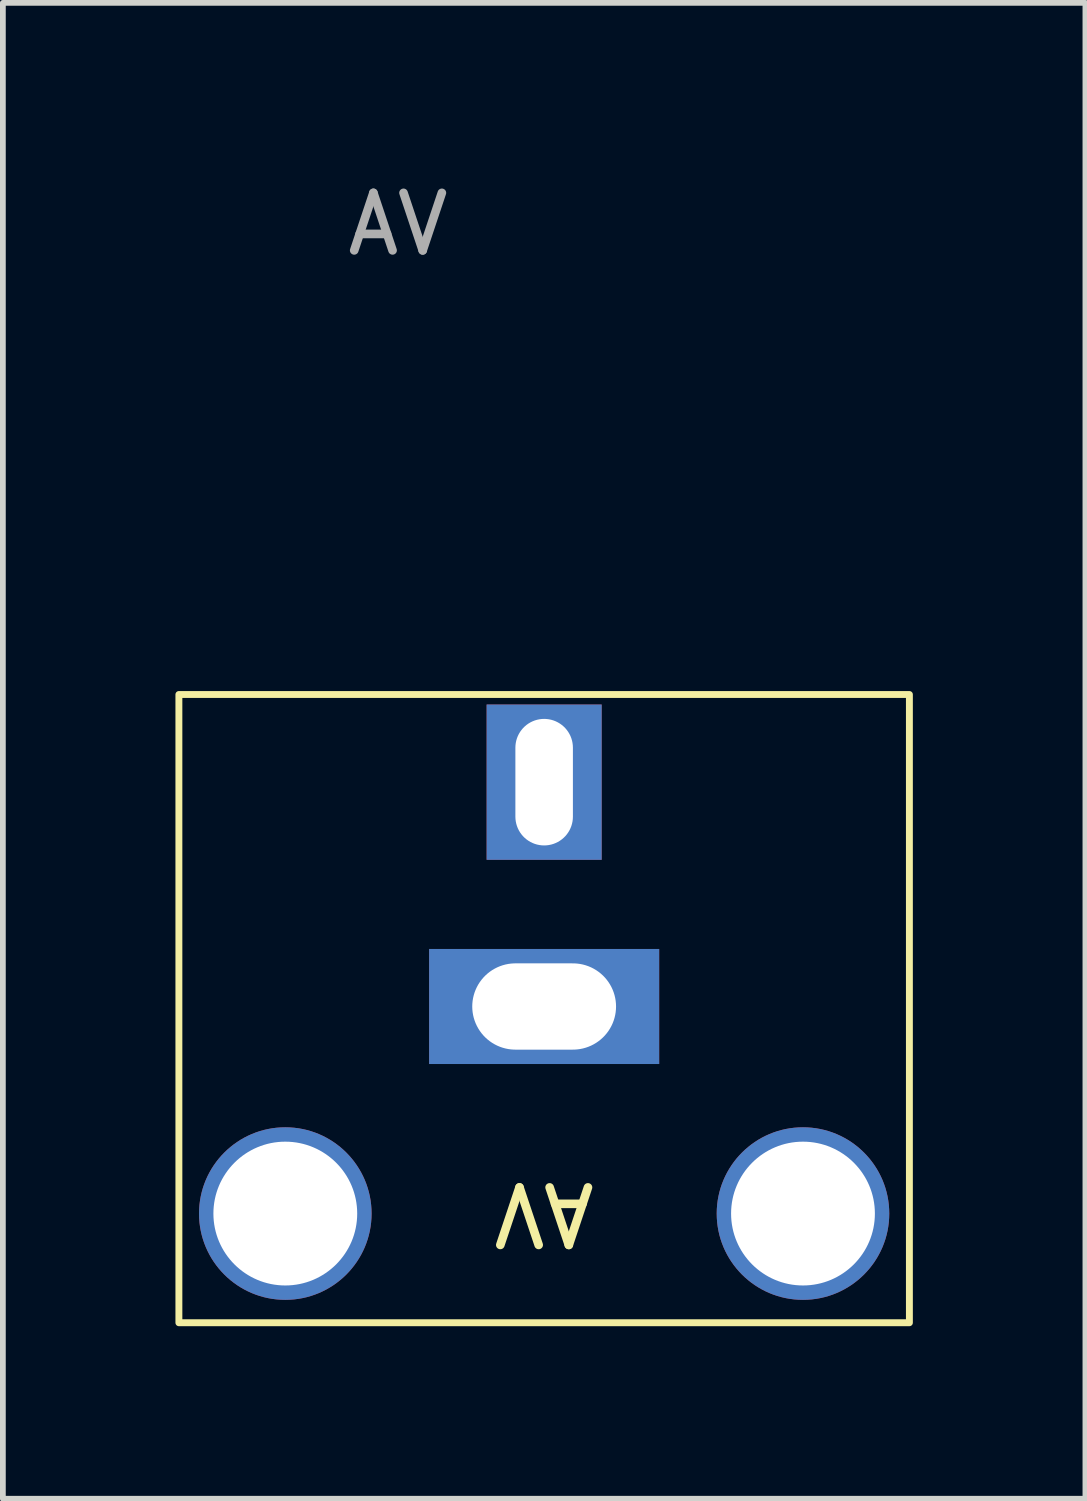
<source format=kicad_pcb>
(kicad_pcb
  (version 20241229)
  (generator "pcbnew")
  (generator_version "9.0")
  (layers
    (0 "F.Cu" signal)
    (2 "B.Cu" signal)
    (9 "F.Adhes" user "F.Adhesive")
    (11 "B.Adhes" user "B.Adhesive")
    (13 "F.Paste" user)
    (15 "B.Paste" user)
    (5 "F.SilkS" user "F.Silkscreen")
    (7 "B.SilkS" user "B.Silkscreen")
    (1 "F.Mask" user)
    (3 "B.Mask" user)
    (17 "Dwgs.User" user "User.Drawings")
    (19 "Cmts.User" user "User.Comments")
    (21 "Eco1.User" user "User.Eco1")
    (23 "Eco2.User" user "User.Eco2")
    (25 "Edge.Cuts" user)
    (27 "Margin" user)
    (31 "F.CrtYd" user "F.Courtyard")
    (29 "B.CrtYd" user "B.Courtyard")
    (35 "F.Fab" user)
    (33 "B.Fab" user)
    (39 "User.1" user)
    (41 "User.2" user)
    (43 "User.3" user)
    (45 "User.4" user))
  (footprint "AV"
    (layer "F.Cu")
    (at 6.41 10.548)
    (property "Reference" "AV" (at 0 7.5 180) (unlocked yes) (layer "F.SilkS") (effects (font (size 1 1) (thickness 0.15))))
    (attr through_hole)
    (fp_rect (start -6.35 -1.524) (end 6.35 9.398) (stroke (width 0.12) (type solid)) (fill no) (layer "F.SilkS"))
    (fp_text user "${REFERENCE}" (at -2.54 -9.7 0) (unlocked yes) (layer "F.Fab") (effects (font (size 1 1) (thickness 0.15))))
    (pad "" thru_hole circle (at -4.5 7.5) (size 3 3) (drill 2.5) (layers "*.Cu" "*.Mask"))
    (pad "" thru_hole circle (at 4.5 7.5) (size 3 3) (drill 2.5) (layers "*.Cu" "*.Mask"))
    (pad "1" thru_hole rect (at 0 0 180) (size 2 2.7) (drill oval 1 2.2) (layers "*.Cu" "*.Mask"))
    (pad "2" thru_hole rect (at 0 3.9 180) (size 4 2) (drill oval 2.5 1.5) (layers "*.Cu" "*.Mask")))
  (gr_rect
    (start -3 -3)
    (end 15.82 23.006)
    (stroke (width 0.1) (type default))
    (fill no)
    (layer "Edge.Cuts")))
</source>
